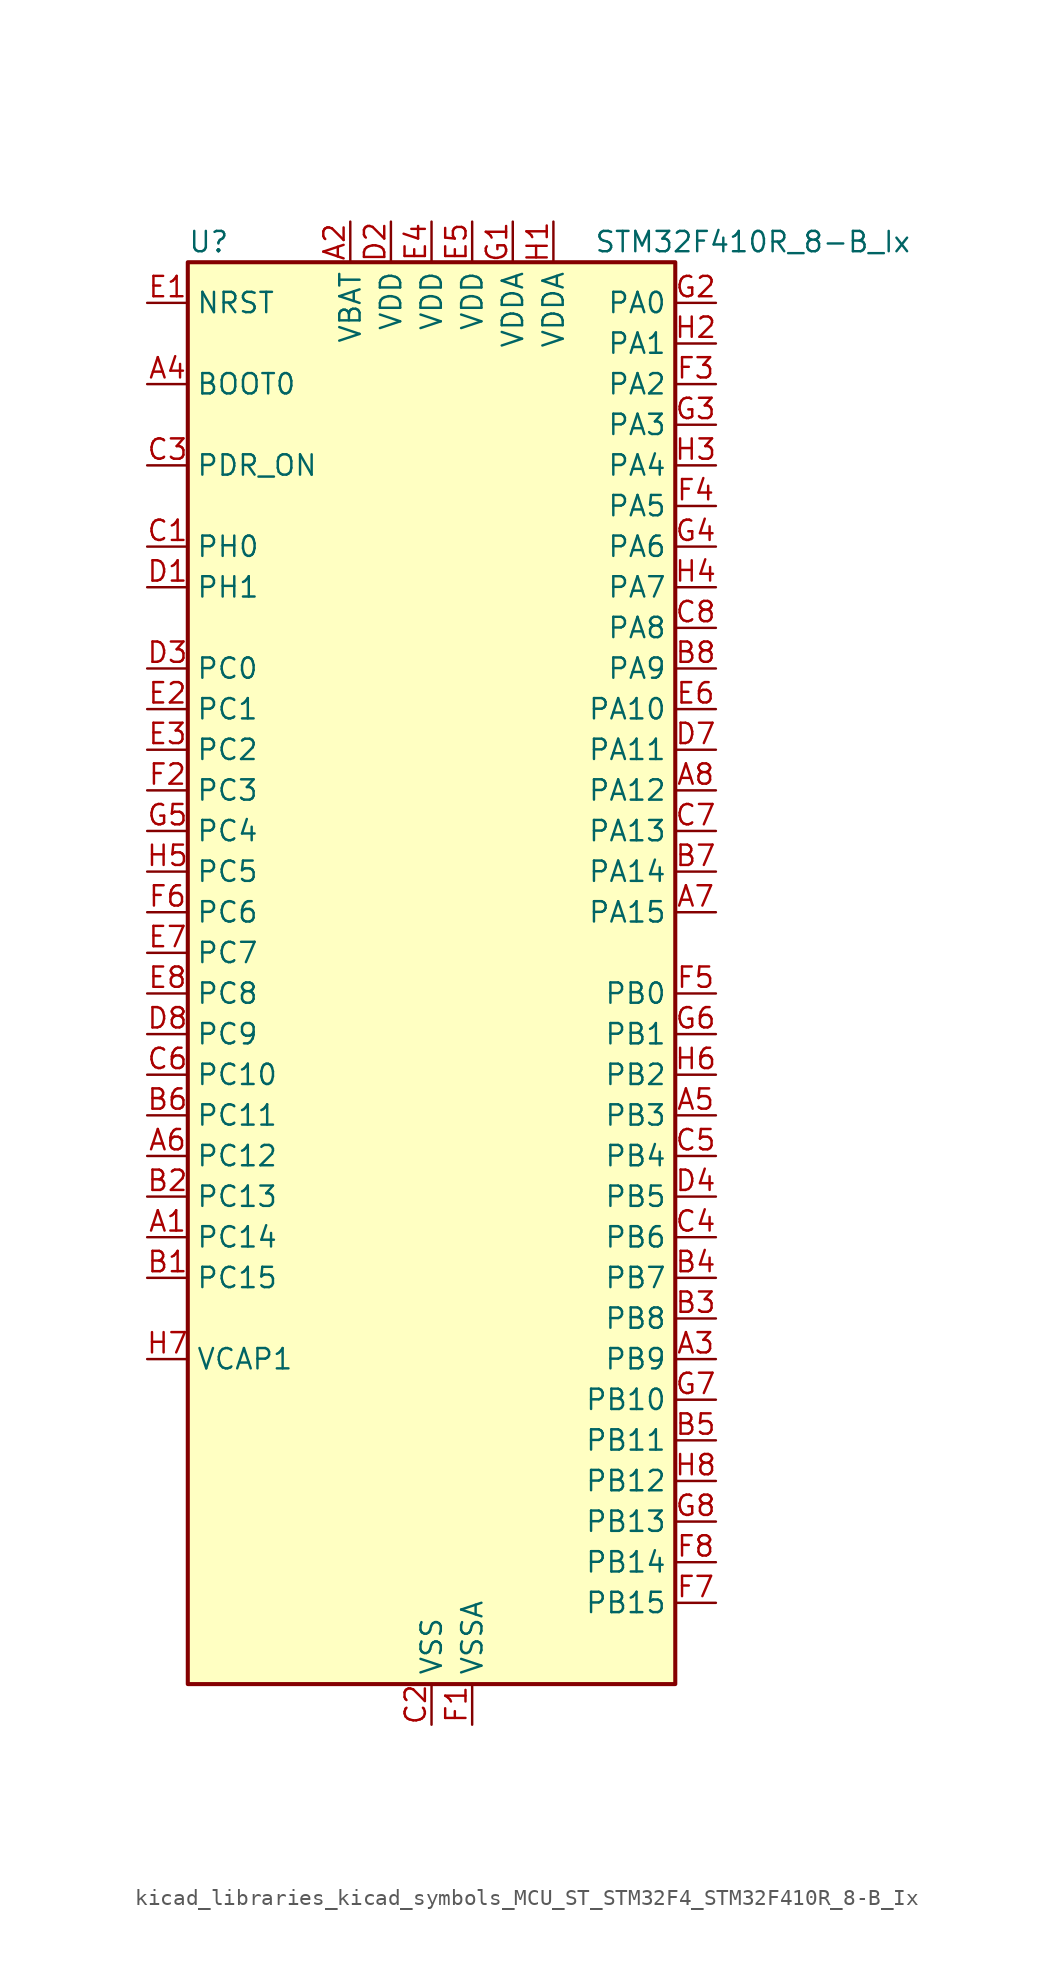
<source format=kicad_sym>
(kicad_symbol_lib
  (version 20220914)
  (generator kicad_symbol_editor)
  (symbol "kicad_libraries_kicad_symbols_MCU_ST_STM32F4_STM32F410R_8-B_Ix"
    (property "Reference" "U"
      (at -15.24 46.99 0)
      (effects (font (size 1.27 1.27)) (justify left)))
    (property "Value" "STM32F410R_8-B_Ix"
      (at 10.16 46.99 0)
      (effects (font (size 1.27 1.27)) (justify left)))
    (property "ki_locked" ""
      (at 0 0 0)
      (effects (font (size 1.27 1.27))))
    (symbol "kicad_libraries_kicad_symbols_MCU_ST_STM32F4_STM32F410R_8-B_Ix_0_1"
      (rectangle (start -15.24 -43.18) (end 15.24 45.72) (stroke (width 0.254) (type default)) (fill (type background))))
    (symbol "kicad_libraries_kicad_symbols_MCU_ST_STM32F4_STM32F410R_8-B_Ix_1_1"
      (pin bidirectional line (at -17.78 -15.24 0) (length 2.54) (name "PC14" (effects (font (size 1.27 1.27)))) (number "A1" (effects (font (size 1.27 1.27)))) (alternate "RCC_OSC32_IN" bidirectional line))
      (pin power_in line (at -5.08 48.26 270) (length 2.54) (name "VBAT" (effects (font (size 1.27 1.27)))) (number "A2" (effects (font (size 1.27 1.27)))))
      (pin bidirectional line (at 17.78 -22.86 180) (length 2.54) (name "PB9" (effects (font (size 1.27 1.27)))) (number "A3" (effects (font (size 1.27 1.27)))) (alternate "DAC_EXTI9" bidirectional line) (alternate "I2C1_SDA" bidirectional line) (alternate "I2C2_SDA" bidirectional line) (alternate "I2S2_WS" bidirectional line) (alternate "SPI2_NSS" bidirectional line) (alternate "TIM11_CH1" bidirectional line))
      (pin input line (at -17.78 38.1 0) (length 2.54) (name "BOOT0" (effects (font (size 1.27 1.27)))) (number "A4" (effects (font (size 1.27 1.27)))))
      (pin bidirectional line (at 17.78 -7.62 180) (length 2.54) (name "PB3" (effects (font (size 1.27 1.27)))) (number "A5" (effects (font (size 1.27 1.27)))) (alternate "FMPI2C1_SDA" bidirectional line) (alternate "I2C2_SDA" bidirectional line) (alternate "I2S1_CK" bidirectional line) (alternate "SPI1_SCK" bidirectional line) (alternate "SYS_JTDO-SWO" bidirectional line) (alternate "USART1_RX" bidirectional line))
      (pin bidirectional line (at -17.78 -10.16 0) (length 2.54) (name "PC12" (effects (font (size 1.27 1.27)))) (number "A6" (effects (font (size 1.27 1.27)))) (alternate "SYS_TRACED2" bidirectional line) (alternate "TIM11_CH1" bidirectional line))
      (pin bidirectional line (at 17.78 5.08 180) (length 2.54) (name "PA15" (effects (font (size 1.27 1.27)))) (number "A7" (effects (font (size 1.27 1.27)))) (alternate "ADC1_EXTI15" bidirectional line) (alternate "I2S1_WS" bidirectional line) (alternate "SPI1_NSS" bidirectional line) (alternate "SYS_JTDI" bidirectional line) (alternate "USART1_TX" bidirectional line))
      (pin bidirectional line (at 17.78 12.7 180) (length 2.54) (name "PA12" (effects (font (size 1.27 1.27)))) (number "A8" (effects (font (size 1.27 1.27)))) (alternate "SPI5_MISO" bidirectional line) (alternate "TIM1_ETR" bidirectional line) (alternate "USART1_RTS" bidirectional line) (alternate "USART6_RX" bidirectional line))
      (pin bidirectional line (at -17.78 -17.78 0) (length 2.54) (name "PC15" (effects (font (size 1.27 1.27)))) (number "B1" (effects (font (size 1.27 1.27)))) (alternate "ADC1_EXTI15" bidirectional line) (alternate "RCC_OSC32_OUT" bidirectional line))
      (pin bidirectional line (at -17.78 -12.7 0) (length 2.54) (name "PC13" (effects (font (size 1.27 1.27)))) (number "B2" (effects (font (size 1.27 1.27)))) (alternate "RTC_AF1" bidirectional line))
      (pin bidirectional line (at 17.78 -20.32 180) (length 2.54) (name "PB8" (effects (font (size 1.27 1.27)))) (number "B3" (effects (font (size 1.27 1.27)))) (alternate "I2C1_SCL" bidirectional line) (alternate "I2S5_SD" bidirectional line) (alternate "LPTIM1_OUT" bidirectional line) (alternate "SPI5_MOSI" bidirectional line))
      (pin bidirectional line (at 17.78 -17.78 180) (length 2.54) (name "PB7" (effects (font (size 1.27 1.27)))) (number "B4" (effects (font (size 1.27 1.27)))) (alternate "I2C1_SDA" bidirectional line) (alternate "LPTIM1_IN2" bidirectional line) (alternate "USART1_RX" bidirectional line))
      (pin bidirectional line (at 17.78 -27.94 180) (length 2.54) (name "PB11" (effects (font (size 1.27 1.27)))) (number "B5" (effects (font (size 1.27 1.27)))) (alternate "ADC1_EXTI11" bidirectional line) (alternate "I2C2_SDA" bidirectional line) (alternate "I2S_CKIN" bidirectional line) (alternate "SYS_TRACED3" bidirectional line) (alternate "TIM5_CH4" bidirectional line))
      (pin bidirectional line (at -17.78 -7.62 0) (length 2.54) (name "PC11" (effects (font (size 1.27 1.27)))) (number "B6" (effects (font (size 1.27 1.27)))) (alternate "ADC1_EXTI11" bidirectional line) (alternate "SYS_TRACED1" bidirectional line) (alternate "TIM5_CH3" bidirectional line))
      (pin bidirectional line (at 17.78 7.62 180) (length 2.54) (name "PA14" (effects (font (size 1.27 1.27)))) (number "B7" (effects (font (size 1.27 1.27)))) (alternate "SYS_JTCK-SWCLK" bidirectional line))
      (pin bidirectional line (at 17.78 20.32 180) (length 2.54) (name "PA9" (effects (font (size 1.27 1.27)))) (number "B8" (effects (font (size 1.27 1.27)))) (alternate "DAC_EXTI9" bidirectional line) (alternate "TIM1_CH2" bidirectional line) (alternate "USART1_TX" bidirectional line))
      (pin bidirectional line (at -17.78 27.94 0) (length 2.54) (name "PH0" (effects (font (size 1.27 1.27)))) (number "C1" (effects (font (size 1.27 1.27)))) (alternate "RCC_OSC_IN" bidirectional line))
      (pin power_in line (at 0 -45.72 90) (length 2.54) (name "VSS" (effects (font (size 1.27 1.27)))) (number "C2" (effects (font (size 1.27 1.27)))))
      (pin input line (at -17.78 33.02 0) (length 2.54) (name "PDR_ON" (effects (font (size 1.27 1.27)))) (number "C3" (effects (font (size 1.27 1.27)))))
      (pin bidirectional line (at 17.78 -15.24 180) (length 2.54) (name "PB6" (effects (font (size 1.27 1.27)))) (number "C4" (effects (font (size 1.27 1.27)))) (alternate "I2C1_SCL" bidirectional line) (alternate "LPTIM1_ETR" bidirectional line) (alternate "USART1_TX" bidirectional line))
      (pin bidirectional line (at 17.78 -10.16 180) (length 2.54) (name "PB4" (effects (font (size 1.27 1.27)))) (number "C5" (effects (font (size 1.27 1.27)))) (alternate "SPI1_MISO" bidirectional line) (alternate "SYS_JTRST" bidirectional line))
      (pin bidirectional line (at -17.78 -5.08 0) (length 2.54) (name "PC10" (effects (font (size 1.27 1.27)))) (number "C6" (effects (font (size 1.27 1.27)))) (alternate "SYS_TRACED0" bidirectional line) (alternate "TIM5_CH2" bidirectional line))
      (pin bidirectional line (at 17.78 10.16 180) (length 2.54) (name "PA13" (effects (font (size 1.27 1.27)))) (number "C7" (effects (font (size 1.27 1.27)))) (alternate "SYS_JTMS-SWDIO" bidirectional line))
      (pin bidirectional line (at 17.78 22.86 180) (length 2.54) (name "PA8" (effects (font (size 1.27 1.27)))) (number "C8" (effects (font (size 1.27 1.27)))) (alternate "FMPI2C1_SCL" bidirectional line) (alternate "RCC_MCO_1" bidirectional line) (alternate "TIM1_CH1" bidirectional line) (alternate "USART1_CK" bidirectional line))
      (pin bidirectional line (at -17.78 25.4 0) (length 2.54) (name "PH1" (effects (font (size 1.27 1.27)))) (number "D1" (effects (font (size 1.27 1.27)))) (alternate "RCC_OSC_OUT" bidirectional line))
      (pin power_in line (at -2.54 48.26 270) (length 2.54) (name "VDD" (effects (font (size 1.27 1.27)))) (number "D2" (effects (font (size 1.27 1.27)))))
      (pin bidirectional line (at -17.78 20.32 0) (length 2.54) (name "PC0" (effects (font (size 1.27 1.27)))) (number "D3" (effects (font (size 1.27 1.27)))) (alternate "ADC1_IN10" bidirectional line) (alternate "LPTIM1_IN1" bidirectional line) (alternate "SYS_WKUP2" bidirectional line))
      (pin bidirectional line (at 17.78 -12.7 180) (length 2.54) (name "PB5" (effects (font (size 1.27 1.27)))) (number "D4" (effects (font (size 1.27 1.27)))) (alternate "I2C1_SMBA" bidirectional line) (alternate "I2S1_SD" bidirectional line) (alternate "LPTIM1_IN1" bidirectional line) (alternate "SPI1_MOSI" bidirectional line))
      (pin passive line (at 0 -45.72 90) (length 2.54) hide (name "VSS" (effects (font (size 1.27 1.27)))) (number "D5" (effects (font (size 1.27 1.27)))))
      (pin passive line (at 0 -45.72 90) (length 2.54) hide (name "VSS" (effects (font (size 1.27 1.27)))) (number "D6" (effects (font (size 1.27 1.27)))))
      (pin bidirectional line (at 17.78 15.24 180) (length 2.54) (name "PA11" (effects (font (size 1.27 1.27)))) (number "D7" (effects (font (size 1.27 1.27)))) (alternate "ADC1_EXTI11" bidirectional line) (alternate "TIM1_CH4" bidirectional line) (alternate "USART1_CTS" bidirectional line) (alternate "USART6_TX" bidirectional line))
      (pin bidirectional line (at -17.78 -2.54 0) (length 2.54) (name "PC9" (effects (font (size 1.27 1.27)))) (number "D8" (effects (font (size 1.27 1.27)))) (alternate "DAC_EXTI9" bidirectional line) (alternate "FMPI2C1_SDA" bidirectional line) (alternate "I2S_CKIN" bidirectional line) (alternate "RCC_MCO_2" bidirectional line))
      (pin input line (at -17.78 43.18 0) (length 2.54) (name "NRST" (effects (font (size 1.27 1.27)))) (number "E1" (effects (font (size 1.27 1.27)))))
      (pin bidirectional line (at -17.78 17.78 0) (length 2.54) (name "PC1" (effects (font (size 1.27 1.27)))) (number "E2" (effects (font (size 1.27 1.27)))) (alternate "ADC1_IN11" bidirectional line) (alternate "LPTIM1_OUT" bidirectional line) (alternate "SYS_WKUP3" bidirectional line))
      (pin bidirectional line (at -17.78 15.24 0) (length 2.54) (name "PC2" (effects (font (size 1.27 1.27)))) (number "E3" (effects (font (size 1.27 1.27)))) (alternate "ADC1_IN12" bidirectional line) (alternate "LPTIM1_IN2" bidirectional line) (alternate "SPI2_MISO" bidirectional line))
      (pin power_in line (at 0 48.26 270) (length 2.54) (name "VDD" (effects (font (size 1.27 1.27)))) (number "E4" (effects (font (size 1.27 1.27)))))
      (pin power_in line (at 2.54 48.26 270) (length 2.54) (name "VDD" (effects (font (size 1.27 1.27)))) (number "E5" (effects (font (size 1.27 1.27)))))
      (pin bidirectional line (at 17.78 17.78 180) (length 2.54) (name "PA10" (effects (font (size 1.27 1.27)))) (number "E6" (effects (font (size 1.27 1.27)))) (alternate "I2S5_SD" bidirectional line) (alternate "SPI5_MOSI" bidirectional line) (alternate "TIM1_CH3" bidirectional line) (alternate "USART1_RX" bidirectional line))
      (pin bidirectional line (at -17.78 2.54 0) (length 2.54) (name "PC7" (effects (font (size 1.27 1.27)))) (number "E7" (effects (font (size 1.27 1.27)))) (alternate "FMPI2C1_SDA" bidirectional line) (alternate "I2S1_MCK" bidirectional line) (alternate "I2S2_CK" bidirectional line) (alternate "SPI2_SCK" bidirectional line) (alternate "USART6_RX" bidirectional line))
      (pin bidirectional line (at -17.78 0 0) (length 2.54) (name "PC8" (effects (font (size 1.27 1.27)))) (number "E8" (effects (font (size 1.27 1.27)))) (alternate "USART6_CK" bidirectional line))
      (pin power_in line (at 2.54 -45.72 90) (length 2.54) (name "VSSA" (effects (font (size 1.27 1.27)))) (number "F1" (effects (font (size 1.27 1.27)))))
      (pin bidirectional line (at -17.78 12.7 0) (length 2.54) (name "PC3" (effects (font (size 1.27 1.27)))) (number "F2" (effects (font (size 1.27 1.27)))) (alternate "ADC1_IN13" bidirectional line) (alternate "I2S2_SD" bidirectional line) (alternate "LPTIM1_ETR" bidirectional line) (alternate "SPI2_MOSI" bidirectional line))
      (pin bidirectional line (at 17.78 38.1 180) (length 2.54) (name "PA2" (effects (font (size 1.27 1.27)))) (number "F3" (effects (font (size 1.27 1.27)))) (alternate "ADC1_IN2" bidirectional line) (alternate "I2S_CKIN" bidirectional line) (alternate "TIM5_CH3" bidirectional line) (alternate "TIM9_CH1" bidirectional line) (alternate "USART2_TX" bidirectional line))
      (pin bidirectional line (at 17.78 30.48 180) (length 2.54) (name "PA5" (effects (font (size 1.27 1.27)))) (number "F4" (effects (font (size 1.27 1.27)))) (alternate "ADC1_IN5" bidirectional line) (alternate "DAC_OUT1" bidirectional line) (alternate "I2S1_CK" bidirectional line) (alternate "SPI1_SCK" bidirectional line))
      (pin bidirectional line (at 17.78 0 180) (length 2.54) (name "PB0" (effects (font (size 1.27 1.27)))) (number "F5" (effects (font (size 1.27 1.27)))) (alternate "ADC1_IN8" bidirectional line) (alternate "I2S5_CK" bidirectional line) (alternate "SPI5_SCK" bidirectional line) (alternate "TIM1_CH2N" bidirectional line))
      (pin bidirectional line (at -17.78 5.08 0) (length 2.54) (name "PC6" (effects (font (size 1.27 1.27)))) (number "F6" (effects (font (size 1.27 1.27)))) (alternate "FMPI2C1_SCL" bidirectional line) (alternate "I2S2_MCK" bidirectional line) (alternate "SYS_TRACECLK" bidirectional line) (alternate "USART6_TX" bidirectional line))
      (pin bidirectional line (at 17.78 -38.1 180) (length 2.54) (name "PB15" (effects (font (size 1.27 1.27)))) (number "F7" (effects (font (size 1.27 1.27)))) (alternate "ADC1_EXTI15" bidirectional line) (alternate "FMPI2C1_SCL" bidirectional line) (alternate "I2S2_SD" bidirectional line) (alternate "RTC_REFIN" bidirectional line) (alternate "SPI2_MOSI" bidirectional line) (alternate "TIM1_CH3N" bidirectional line))
      (pin bidirectional line (at 17.78 -35.56 180) (length 2.54) (name "PB14" (effects (font (size 1.27 1.27)))) (number "F8" (effects (font (size 1.27 1.27)))) (alternate "FMPI2C1_SDA" bidirectional line) (alternate "SPI2_MISO" bidirectional line) (alternate "TIM1_CH2N" bidirectional line))
      (pin power_in line (at 5.08 48.26 270) (length 2.54) (name "VDDA" (effects (font (size 1.27 1.27)))) (number "G1" (effects (font (size 1.27 1.27)))))
      (pin bidirectional line (at 17.78 43.18 180) (length 2.54) (name "PA0" (effects (font (size 1.27 1.27)))) (number "G2" (effects (font (size 1.27 1.27)))) (alternate "ADC1_IN0" bidirectional line) (alternate "SYS_WKUP1" bidirectional line) (alternate "TIM5_CH1" bidirectional line) (alternate "USART2_CTS" bidirectional line))
      (pin bidirectional line (at 17.78 35.56 180) (length 2.54) (name "PA3" (effects (font (size 1.27 1.27)))) (number "G3" (effects (font (size 1.27 1.27)))) (alternate "ADC1_IN3" bidirectional line) (alternate "I2S2_MCK" bidirectional line) (alternate "TIM5_CH4" bidirectional line) (alternate "TIM9_CH2" bidirectional line) (alternate "USART2_RX" bidirectional line))
      (pin bidirectional line (at 17.78 27.94 180) (length 2.54) (name "PA6" (effects (font (size 1.27 1.27)))) (number "G4" (effects (font (size 1.27 1.27)))) (alternate "ADC1_IN6" bidirectional line) (alternate "I2S2_MCK" bidirectional line) (alternate "SPI1_MISO" bidirectional line) (alternate "TIM1_BKIN" bidirectional line))
      (pin bidirectional line (at -17.78 10.16 0) (length 2.54) (name "PC4" (effects (font (size 1.27 1.27)))) (number "G5" (effects (font (size 1.27 1.27)))) (alternate "ADC1_IN14" bidirectional line) (alternate "TIM9_CH1" bidirectional line))
      (pin bidirectional line (at 17.78 -2.54 180) (length 2.54) (name "PB1" (effects (font (size 1.27 1.27)))) (number "G6" (effects (font (size 1.27 1.27)))) (alternate "ADC1_IN9" bidirectional line) (alternate "I2S5_WS" bidirectional line) (alternate "SPI5_NSS" bidirectional line) (alternate "TIM1_CH3N" bidirectional line))
      (pin bidirectional line (at 17.78 -25.4 180) (length 2.54) (name "PB10" (effects (font (size 1.27 1.27)))) (number "G7" (effects (font (size 1.27 1.27)))) (alternate "FMPI2C1_SCL" bidirectional line) (alternate "I2C2_SCL" bidirectional line) (alternate "I2S1_MCK" bidirectional line) (alternate "I2S2_CK" bidirectional line) (alternate "SPI2_SCK" bidirectional line))
      (pin bidirectional line (at 17.78 -33.02 180) (length 2.54) (name "PB13" (effects (font (size 1.27 1.27)))) (number "G8" (effects (font (size 1.27 1.27)))) (alternate "FMPI2C1_SMBA" bidirectional line) (alternate "I2S2_CK" bidirectional line) (alternate "SPI2_SCK" bidirectional line) (alternate "TIM1_CH1N" bidirectional line))
      (pin power_in line (at 7.62 48.26 270) (length 2.54) (name "VDDA" (effects (font (size 1.27 1.27)))) (number "H1" (effects (font (size 1.27 1.27)))))
      (pin bidirectional line (at 17.78 40.64 180) (length 2.54) (name "PA1" (effects (font (size 1.27 1.27)))) (number "H2" (effects (font (size 1.27 1.27)))) (alternate "ADC1_IN1" bidirectional line) (alternate "TIM5_CH2" bidirectional line) (alternate "USART2_RTS" bidirectional line))
      (pin bidirectional line (at 17.78 33.02 180) (length 2.54) (name "PA4" (effects (font (size 1.27 1.27)))) (number "H3" (effects (font (size 1.27 1.27)))) (alternate "ADC1_IN4" bidirectional line) (alternate "I2S1_WS" bidirectional line) (alternate "SPI1_NSS" bidirectional line) (alternate "USART2_CK" bidirectional line))
      (pin bidirectional line (at 17.78 25.4 180) (length 2.54) (name "PA7" (effects (font (size 1.27 1.27)))) (number "H4" (effects (font (size 1.27 1.27)))) (alternate "ADC1_IN7" bidirectional line) (alternate "I2S1_SD" bidirectional line) (alternate "SPI1_MOSI" bidirectional line) (alternate "TIM1_CH1N" bidirectional line))
      (pin bidirectional line (at -17.78 7.62 0) (length 2.54) (name "PC5" (effects (font (size 1.27 1.27)))) (number "H5" (effects (font (size 1.27 1.27)))) (alternate "ADC1_IN15" bidirectional line) (alternate "FMPI2C1_SMBA" bidirectional line) (alternate "TIM9_CH2" bidirectional line))
      (pin bidirectional line (at 17.78 -5.08 180) (length 2.54) (name "PB2" (effects (font (size 1.27 1.27)))) (number "H6" (effects (font (size 1.27 1.27)))) (alternate "LPTIM1_OUT" bidirectional line))
      (pin power_out line (at -17.78 -22.86 0) (length 2.54) (name "VCAP1" (effects (font (size 1.27 1.27)))) (number "H7" (effects (font (size 1.27 1.27)))))
      (pin bidirectional line (at 17.78 -30.48 180) (length 2.54) (name "PB12" (effects (font (size 1.27 1.27)))) (number "H8" (effects (font (size 1.27 1.27)))) (alternate "I2C2_SMBA" bidirectional line) (alternate "I2S2_WS" bidirectional line) (alternate "SPI2_NSS" bidirectional line) (alternate "TIM1_BKIN" bidirectional line) (alternate "TIM5_CH1" bidirectional line)))))
</source>
